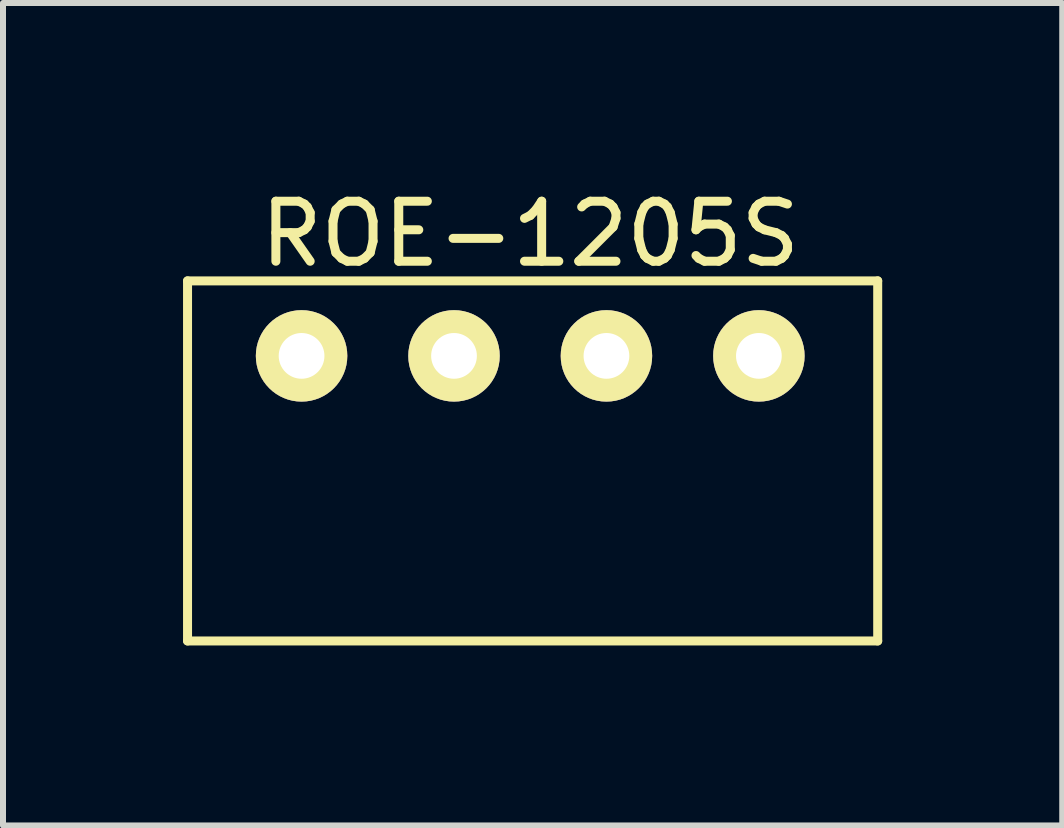
<source format=kicad_pcb>
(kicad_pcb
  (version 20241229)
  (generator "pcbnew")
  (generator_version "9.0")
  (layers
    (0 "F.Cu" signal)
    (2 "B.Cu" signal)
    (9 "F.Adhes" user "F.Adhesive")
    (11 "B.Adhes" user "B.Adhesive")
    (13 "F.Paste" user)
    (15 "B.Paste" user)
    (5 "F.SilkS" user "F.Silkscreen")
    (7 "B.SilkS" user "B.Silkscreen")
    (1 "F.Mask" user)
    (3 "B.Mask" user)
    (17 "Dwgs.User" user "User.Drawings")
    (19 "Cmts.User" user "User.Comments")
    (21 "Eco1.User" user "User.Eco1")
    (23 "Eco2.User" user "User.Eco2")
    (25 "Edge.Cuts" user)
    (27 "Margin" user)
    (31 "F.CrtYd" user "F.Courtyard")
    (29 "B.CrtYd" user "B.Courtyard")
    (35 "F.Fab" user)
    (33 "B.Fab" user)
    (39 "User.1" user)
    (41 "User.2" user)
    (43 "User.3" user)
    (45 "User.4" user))
  (footprint "ROE-1205S"
    (layer "F.Cu")
    (at 1.975 2.88)
    (property "Reference" "ROE-1205S" (at 3.81 -2.032 0) (layer "F.SilkS") (effects (font (size 1 1) (thickness 0.15))))
    (attr through_hole)
    (fp_line (start -1.9 -1.25) (end -1.9 4.75) (stroke (width 0.15) (type solid)) (layer "F.SilkS"))
    (fp_line (start -1.9 -1.25) (end 9.6 -1.25) (stroke (width 0.15) (type solid)) (layer "F.SilkS"))
    (fp_line (start -1.9 4.75) (end 9.6 4.75) (stroke (width 0.15) (type solid)) (layer "F.SilkS"))
    (fp_line (start 9.6 -1.25) (end 9.6 4.75) (stroke (width 0.15) (type solid)) (layer "F.SilkS"))
    (pad "1" thru_hole circle (at 0 0) (size 1.524 1.524) (drill 0.762) (layers "*.Cu" "*.Mask" "F.SilkS"))
    (pad "2" thru_hole circle (at 2.54 0) (size 1.524 1.524) (drill 0.762) (layers "*.Cu" "*.Mask" "F.SilkS"))
    (pad "3" thru_hole circle (at 5.08 0) (size 1.524 1.524) (drill 0.762) (layers "*.Cu" "*.Mask" "F.SilkS"))
    (pad "4" thru_hole circle (at 7.62 0) (size 1.524 1.524) (drill 0.762) (layers "*.Cu" "*.Mask" "F.SilkS")))
  (gr_rect
    (start -3 -3)
    (end 14.65 10.705)
    (stroke (width 0.1) (type default))
    (fill no)
    (layer "Edge.Cuts")))
</source>
